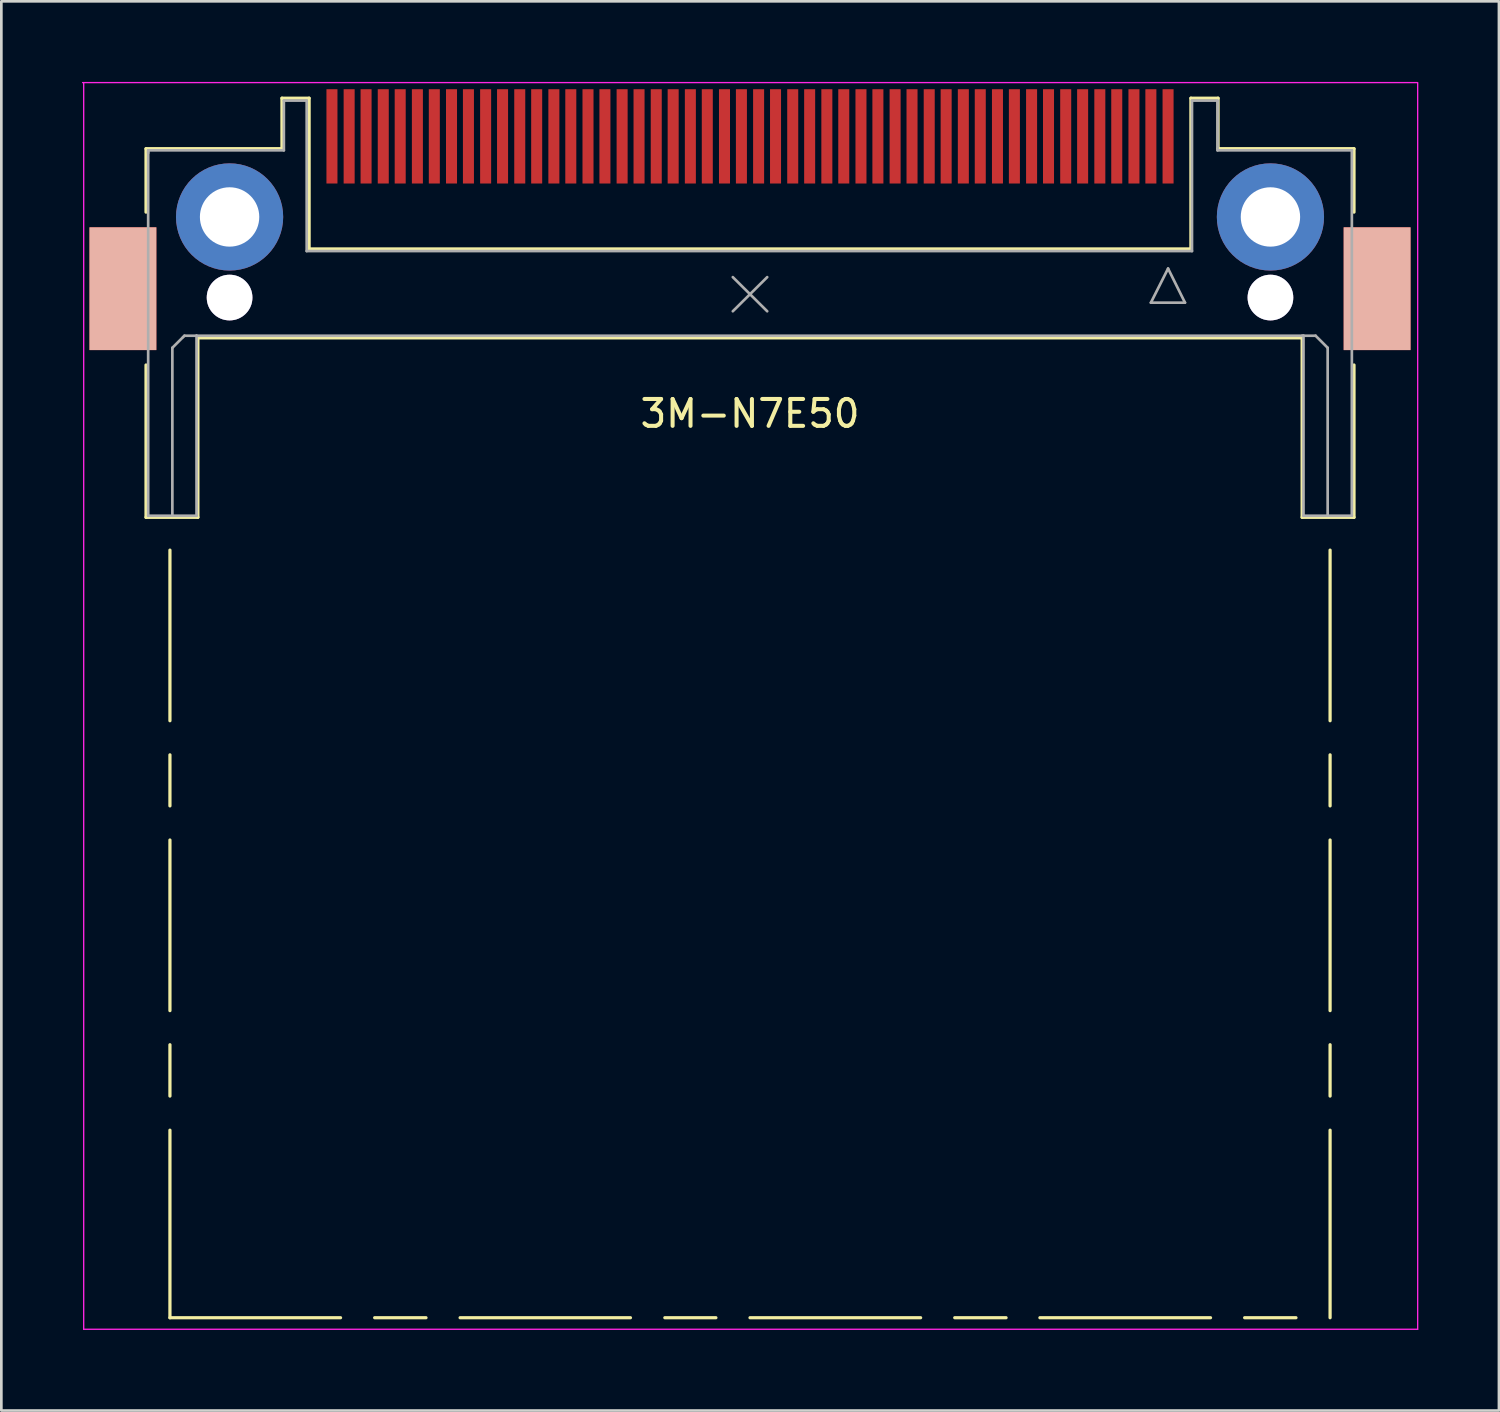
<source format=kicad_pcb>
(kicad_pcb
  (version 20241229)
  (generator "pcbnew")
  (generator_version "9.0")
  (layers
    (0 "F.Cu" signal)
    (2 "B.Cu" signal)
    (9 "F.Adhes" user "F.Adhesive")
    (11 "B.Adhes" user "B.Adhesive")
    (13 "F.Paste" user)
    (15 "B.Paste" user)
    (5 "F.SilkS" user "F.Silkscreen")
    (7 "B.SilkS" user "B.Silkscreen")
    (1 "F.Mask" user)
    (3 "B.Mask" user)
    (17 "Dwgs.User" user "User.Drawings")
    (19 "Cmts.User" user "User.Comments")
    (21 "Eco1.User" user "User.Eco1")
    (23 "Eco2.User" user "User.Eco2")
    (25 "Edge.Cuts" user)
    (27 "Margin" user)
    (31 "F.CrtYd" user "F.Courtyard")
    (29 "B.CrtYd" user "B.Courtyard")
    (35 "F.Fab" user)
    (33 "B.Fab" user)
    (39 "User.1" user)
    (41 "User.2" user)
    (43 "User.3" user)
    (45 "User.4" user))
  (footprint "3M-N7E50"
    (layer "F.Cu")
    (at 24.865 5.025)
    (property "Reference" "3M-N7E50" (at 0 7.32 0) (layer "F.SilkS") (effects (font (size 1 1) (thickness 0.15))))
    (attr smd)
    (fp_line (start -22.48 -2.54) (end -17.42 -2.54) (stroke (width 0.12) (type solid)) (layer "F.SilkS"))
    (fp_line (start -22.48 -0.18) (end -22.48 -2.54) (stroke (width 0.12) (type solid)) (layer "F.SilkS"))
    (fp_line (start -22.48 5.51) (end -22.48 11.18) (stroke (width 0.12) (type solid)) (layer "F.SilkS"))
    (fp_line (start -22.48 11.18) (end -20.55 11.18) (stroke (width 0.12) (type solid)) (layer "F.SilkS"))
    (fp_line (start -21.59 12.4) (end -21.59 18.75) (stroke (width 0.12) (type solid)) (layer "F.SilkS"))
    (fp_line (start -21.59 20.02) (end -21.59 21.92) (stroke (width 0.12) (type solid)) (layer "F.SilkS"))
    (fp_line (start -21.59 23.19) (end -21.59 29.54) (stroke (width 0.12) (type solid)) (layer "F.SilkS"))
    (fp_line (start -21.59 30.81) (end -21.59 32.72) (stroke (width 0.12) (type solid)) (layer "F.SilkS"))
    (fp_line (start -21.59 33.99) (end -21.59 40.97) (stroke (width 0.12) (type solid)) (layer "F.SilkS"))
    (fp_line (start -21.59 40.97) (end -15.24 40.97) (stroke (width 0.12) (type solid)) (layer "F.SilkS"))
    (fp_line (start -20.55 4.5) (end 20.55 4.5) (stroke (width 0.12) (type solid)) (layer "F.SilkS"))
    (fp_line (start -20.55 11.18) (end -20.55 4.5) (stroke (width 0.12) (type solid)) (layer "F.SilkS"))
    (fp_line (start -17.42 -4.42) (end -16.41 -4.42) (stroke (width 0.12) (type solid)) (layer "F.SilkS"))
    (fp_line (start -17.42 -2.54) (end -17.42 -4.42) (stroke (width 0.12) (type solid)) (layer "F.SilkS"))
    (fp_line (start -16.41 -4.42) (end -16.41 1.19) (stroke (width 0.12) (type solid)) (layer "F.SilkS"))
    (fp_line (start -16.41 1.19) (end 16.41 1.19) (stroke (width 0.12) (type solid)) (layer "F.SilkS"))
    (fp_line (start -13.97 40.97) (end -12.06 40.97) (stroke (width 0.12) (type solid)) (layer "F.SilkS"))
    (fp_line (start -10.79 40.97) (end -4.45 40.97) (stroke (width 0.12) (type solid)) (layer "F.SilkS"))
    (fp_line (start -3.17 40.97) (end -1.27 40.97) (stroke (width 0.12) (type solid)) (layer "F.SilkS"))
    (fp_line (start 0 40.97) (end 6.35 40.97) (stroke (width 0.12) (type solid)) (layer "F.SilkS"))
    (fp_line (start 7.62 40.97) (end 9.53 40.97) (stroke (width 0.12) (type solid)) (layer "F.SilkS"))
    (fp_line (start 10.79 40.97) (end 17.14 40.97) (stroke (width 0.12) (type solid)) (layer "F.SilkS"))
    (fp_line (start 16.41 -4.42) (end 17.42 -4.42) (stroke (width 0.12) (type solid)) (layer "F.SilkS"))
    (fp_line (start 16.41 1.19) (end 16.41 -4.42) (stroke (width 0.12) (type solid)) (layer "F.SilkS"))
    (fp_line (start 17.42 -4.42) (end 17.42 -2.54) (stroke (width 0.12) (type solid)) (layer "F.SilkS"))
    (fp_line (start 17.42 -2.54) (end 22.48 -2.54) (stroke (width 0.12) (type solid)) (layer "F.SilkS"))
    (fp_line (start 18.41 40.97) (end 20.32 40.97) (stroke (width 0.12) (type solid)) (layer "F.SilkS"))
    (fp_line (start 20.55 4.5) (end 20.55 11.18) (stroke (width 0.12) (type solid)) (layer "F.SilkS"))
    (fp_line (start 20.55 11.18) (end 22.48 11.18) (stroke (width 0.12) (type solid)) (layer "F.SilkS"))
    (fp_line (start 21.59 12.4) (end 21.59 18.75) (stroke (width 0.12) (type solid)) (layer "F.SilkS"))
    (fp_line (start 21.59 20.02) (end 21.59 21.92) (stroke (width 0.12) (type solid)) (layer "F.SilkS"))
    (fp_line (start 21.59 23.19) (end 21.59 29.54) (stroke (width 0.12) (type solid)) (layer "F.SilkS"))
    (fp_line (start 21.59 30.81) (end 21.59 32.72) (stroke (width 0.12) (type solid)) (layer "F.SilkS"))
    (fp_line (start 21.59 33.99) (end 21.59 40.97) (stroke (width 0.12) (type solid)) (layer "F.SilkS"))
    (fp_line (start 22.48 -2.54) (end 22.48 -0.18) (stroke (width 0.12) (type solid)) (layer "F.SilkS"))
    (fp_line (start 22.48 11.18) (end 22.48 5.51) (stroke (width 0.12) (type solid)) (layer "F.SilkS"))
    (fp_line (start -24.84 -5) (end 24.84 -5) (stroke (width 0.05) (type solid)) (layer "F.CrtYd"))
    (fp_line (start -24.8 -5) (end -24.8 41.4) (stroke (width 0.05) (type solid)) (layer "F.CrtYd"))
    (fp_line (start -24.8 41.4) (end 24.85 41.4) (stroke (width 0.05) (type solid)) (layer "F.CrtYd"))
    (fp_line (start 24.85 -5) (end 24.85 41.4) (stroke (width 0.05) (type solid)) (layer "F.CrtYd"))
    (fp_line (start -22.4 -2.48) (end -22.4 -2.38) (stroke (width 0.1) (type solid)) (layer "F.Fab"))
    (fp_line (start -22.4 -2.43) (end -22.4 11.12) (stroke (width 0.1) (type solid)) (layer "F.Fab"))
    (fp_line (start -22.4 11.12) (end -20.6 11.12) (stroke (width 0.1) (type solid)) (layer "F.Fab"))
    (fp_line (start -21.5 4.87) (end -21.1 4.47) (stroke (width 0.1) (type solid)) (layer "F.Fab"))
    (fp_line (start -21.5 11.12) (end -21.5 4.87) (stroke (width 0.1) (type solid)) (layer "F.Fab"))
    (fp_line (start -21.1 4.47) (end -21.05 4.42) (stroke (width 0.1) (type solid)) (layer "F.Fab"))
    (fp_line (start -21.05 4.42) (end -20.6 4.42) (stroke (width 0.1) (type solid)) (layer "F.Fab"))
    (fp_line (start -20.6 4.42) (end 20.6 4.42) (stroke (width 0.1) (type solid)) (layer "F.Fab"))
    (fp_line (start -20.6 11.12) (end -20.6 4.42) (stroke (width 0.1) (type solid)) (layer "F.Fab"))
    (fp_line (start -17.35 -4.33) (end -17.35 -2.48) (stroke (width 0.1) (type solid)) (layer "F.Fab"))
    (fp_line (start -17.35 -2.48) (end -22.4 -2.48) (stroke (width 0.1) (type solid)) (layer "F.Fab"))
    (fp_line (start -16.5 -4.33) (end -17.35 -4.33) (stroke (width 0.1) (type solid)) (layer "F.Fab"))
    (fp_line (start -16.5 1.27) (end -16.5 -4.33) (stroke (width 0.1) (type solid)) (layer "F.Fab"))
    (fp_line (start -0.64 2.24) (end 0.64 3.51) (stroke (width 0.1) (type solid)) (layer "F.Fab"))
    (fp_line (start 0.64 2.24) (end -0.64 3.51) (stroke (width 0.1) (type solid)) (layer "F.Fab"))
    (fp_line (start 14.92 3.19) (end 16.19 3.19) (stroke (width 0.1) (type solid)) (layer "F.Fab"))
    (fp_line (start 15.56 1.92) (end 14.92 3.19) (stroke (width 0.1) (type solid)) (layer "F.Fab"))
    (fp_line (start 16.19 3.19) (end 15.56 1.92) (stroke (width 0.1) (type solid)) (layer "F.Fab"))
    (fp_line (start 16.45 -4.33) (end 16.45 1.27) (stroke (width 0.1) (type solid)) (layer "F.Fab"))
    (fp_line (start 16.45 1.27) (end -16.5 1.27) (stroke (width 0.1) (type solid)) (layer "F.Fab"))
    (fp_line (start 17.4 -4.33) (end 16.45 -4.33) (stroke (width 0.1) (type solid)) (layer "F.Fab"))
    (fp_line (start 17.4 -2.48) (end 17.4 -4.33) (stroke (width 0.1) (type solid)) (layer "F.Fab"))
    (fp_line (start 20.6 4.42) (end 20.6 11.12) (stroke (width 0.1) (type solid)) (layer "F.Fab"))
    (fp_line (start 20.6 11.12) (end 22.4 11.12) (stroke (width 0.1) (type solid)) (layer "F.Fab"))
    (fp_line (start 21.05 4.42) (end 20.55 4.42) (stroke (width 0.1) (type solid)) (layer "F.Fab"))
    (fp_line (start 21.5 4.87) (end 21.05 4.42) (stroke (width 0.1) (type solid)) (layer "F.Fab"))
    (fp_line (start 21.5 11.12) (end 21.5 4.87) (stroke (width 0.1) (type solid)) (layer "F.Fab"))
    (fp_line (start 22.4 -2.48) (end 17.4 -2.48) (stroke (width 0.1) (type solid)) (layer "F.Fab"))
    (fp_line (start 22.4 11.12) (end 22.4 -2.48) (stroke (width 0.1) (type solid)) (layer "F.Fab"))
    (pad "" smd rect (at -23.34 2.67) (size 2.49 4.57) (layers "F.Cu" "F.Mask" "B.SilkS" "F.Paste"))
    (pad "" thru_hole circle (at -19.37 0) (size 3.99 3.99) (drill 2.21) (layers "*.Cu" "*.Mask"))
    (pad "" thru_hole circle (at -19.37 3) (size 1.7 1.7) (drill 1.7) (layers "*.Cu" "*.Mask"))
    (pad "" thru_hole circle (at 19.37 0) (size 3.99 3.99) (drill 2.21) (layers "*.Cu" "*.Mask"))
    (pad "" thru_hole circle (at 19.37 3) (size 1.7 1.7) (drill 1.7) (layers "*.Cu" "*.Mask"))
    (pad "" smd rect (at 23.34 2.67) (size 2.49 4.57) (layers "F.Cu" "F.Mask" "B.SilkS" "F.Paste"))
    (pad "1" smd rect (at 15.56 -3) (size 0.41 3.51) (layers "F.Cu" "F.Mask" "F.Paste"))
    (pad "2" smd rect (at 14.29 -3) (size 0.41 3.51) (layers "F.Cu" "F.Mask" "F.Paste"))
    (pad "3" smd rect (at 13.02 -3) (size 0.41 3.51) (layers "F.Cu" "F.Mask" "F.Paste"))
    (pad "4" smd rect (at 11.75 -3) (size 0.41 3.51) (layers "F.Cu" "F.Mask" "F.Paste"))
    (pad "5" smd rect (at 10.48 -3) (size 0.41 3.51) (layers "F.Cu" "F.Mask" "F.Paste"))
    (pad "6" smd rect (at 9.21 -3) (size 0.41 3.51) (layers "F.Cu" "F.Mask" "F.Paste"))
    (pad "7" smd rect (at 7.94 -3) (size 0.41 3.51) (layers "F.Cu" "F.Mask" "F.Paste"))
    (pad "8" smd rect (at 6.67 -3) (size 0.41 3.51) (layers "F.Cu" "F.Mask" "F.Paste"))
    (pad "9" smd rect (at 5.4 -3) (size 0.41 3.51) (layers "F.Cu" "F.Mask" "F.Paste"))
    (pad "10" smd rect (at 4.13 -3) (size 0.41 3.51) (layers "F.Cu" "F.Mask" "F.Paste"))
    (pad "11" smd rect (at 2.86 -3) (size 0.41 3.51) (layers "F.Cu" "F.Mask" "F.Paste"))
    (pad "12" smd rect (at 1.59 -3) (size 0.41 3.51) (layers "F.Cu" "F.Mask" "F.Paste"))
    (pad "13" smd rect (at 0.32 -3) (size 0.41 3.51) (layers "F.Cu" "F.Mask" "F.Paste"))
    (pad "14" smd rect (at -0.95 -3) (size 0.41 3.51) (layers "F.Cu" "F.Mask" "F.Paste"))
    (pad "15" smd rect (at -2.22 -3) (size 0.41 3.51) (layers "F.Cu" "F.Mask" "F.Paste"))
    (pad "16" smd rect (at -3.49 -3) (size 0.41 3.51) (layers "F.Cu" "F.Mask" "F.Paste"))
    (pad "17" smd rect (at -4.76 -3) (size 0.41 3.51) (layers "F.Cu" "F.Mask" "F.Paste"))
    (pad "18" smd rect (at -6.03 -3) (size 0.41 3.51) (layers "F.Cu" "F.Mask" "F.Paste"))
    (pad "19" smd rect (at -7.3 -3) (size 0.41 3.51) (layers "F.Cu" "F.Mask" "F.Paste"))
    (pad "20" smd rect (at -8.57 -3) (size 0.41 3.51) (layers "F.Cu" "F.Mask" "F.Paste"))
    (pad "21" smd rect (at -9.84 -3) (size 0.41 3.51) (layers "F.Cu" "F.Mask" "F.Paste"))
    (pad "22" smd rect (at -11.11 -3) (size 0.41 3.51) (layers "F.Cu" "F.Mask" "F.Paste"))
    (pad "23" smd rect (at -12.38 -3) (size 0.41 3.51) (layers "F.Cu" "F.Mask" "F.Paste"))
    (pad "24" smd rect (at -13.65 -3) (size 0.41 3.51) (layers "F.Cu" "F.Mask" "F.Paste"))
    (pad "25" smd rect (at -14.92 -3) (size 0.41 3.51) (layers "F.Cu" "F.Mask" "F.Paste"))
    (pad "26" smd rect (at 14.92 -3) (size 0.41 3.51) (layers "F.Cu" "F.Mask" "F.Paste"))
    (pad "27" smd rect (at 13.65 -3) (size 0.41 3.51) (layers "F.Cu" "F.Mask" "F.Paste"))
    (pad "28" smd rect (at 12.38 -3) (size 0.41 3.51) (layers "F.Cu" "F.Mask" "F.Paste"))
    (pad "29" smd rect (at 11.11 -3) (size 0.41 3.51) (layers "F.Cu" "F.Mask" "F.Paste"))
    (pad "30" smd rect (at 9.84 -3) (size 0.41 3.51) (layers "F.Cu" "F.Mask" "F.Paste"))
    (pad "31" smd rect (at 8.57 -3) (size 0.41 3.51) (layers "F.Cu" "F.Mask" "F.Paste"))
    (pad "32" smd rect (at 7.3 -3) (size 0.41 3.51) (layers "F.Cu" "F.Mask" "F.Paste"))
    (pad "33" smd rect (at 6.03 -3) (size 0.41 3.51) (layers "F.Cu" "F.Mask" "F.Paste"))
    (pad "34" smd rect (at 4.76 -3) (size 0.41 3.51) (layers "F.Cu" "F.Mask" "F.Paste"))
    (pad "35" smd rect (at 3.49 -3) (size 0.41 3.51) (layers "F.Cu" "F.Mask" "F.Paste"))
    (pad "36" smd rect (at 2.22 -3) (size 0.41 3.51) (layers "F.Cu" "F.Mask" "F.Paste"))
    (pad "37" smd rect (at 0.95 -3) (size 0.41 3.51) (layers "F.Cu" "F.Mask" "F.Paste"))
    (pad "38" smd rect (at -0.32 -3) (size 0.41 3.51) (layers "F.Cu" "F.Mask" "F.Paste"))
    (pad "39" smd rect (at -1.59 -3) (size 0.41 3.51) (layers "F.Cu" "F.Mask" "F.Paste"))
    (pad "40" smd rect (at -2.86 -3) (size 0.41 3.51) (layers "F.Cu" "F.Mask" "F.Paste"))
    (pad "41" smd rect (at -4.13 -3) (size 0.41 3.51) (layers "F.Cu" "F.Mask" "F.Paste"))
    (pad "42" smd rect (at -5.4 -3) (size 0.41 3.51) (layers "F.Cu" "F.Mask" "F.Paste"))
    (pad "43" smd rect (at -6.67 -3) (size 0.41 3.51) (layers "F.Cu" "F.Mask" "F.Paste"))
    (pad "44" smd rect (at -7.94 -3) (size 0.41 3.51) (layers "F.Cu" "F.Mask" "F.Paste"))
    (pad "45" smd rect (at -9.21 -3) (size 0.41 3.51) (layers "F.Cu" "F.Mask" "F.Paste"))
    (pad "46" smd rect (at -10.48 -3) (size 0.41 3.51) (layers "F.Cu" "F.Mask" "F.Paste"))
    (pad "47" smd rect (at -11.75 -3) (size 0.41 3.51) (layers "F.Cu" "F.Mask" "F.Paste"))
    (pad "48" smd rect (at -13.02 -3) (size 0.41 3.51) (layers "F.Cu" "F.Mask" "F.Paste"))
    (pad "49" smd rect (at -14.29 -3) (size 0.41 3.51) (layers "F.Cu" "F.Mask" "F.Paste"))
    (pad "50" smd rect (at -15.56 -3) (size 0.41 3.51) (layers "F.Cu" "F.Mask" "F.Paste")))
  (gr_rect
    (start -3 -3)
    (end 52.74 49.45)
    (stroke (width 0.1) (type default))
    (fill no)
    (layer "Edge.Cuts")))
</source>
